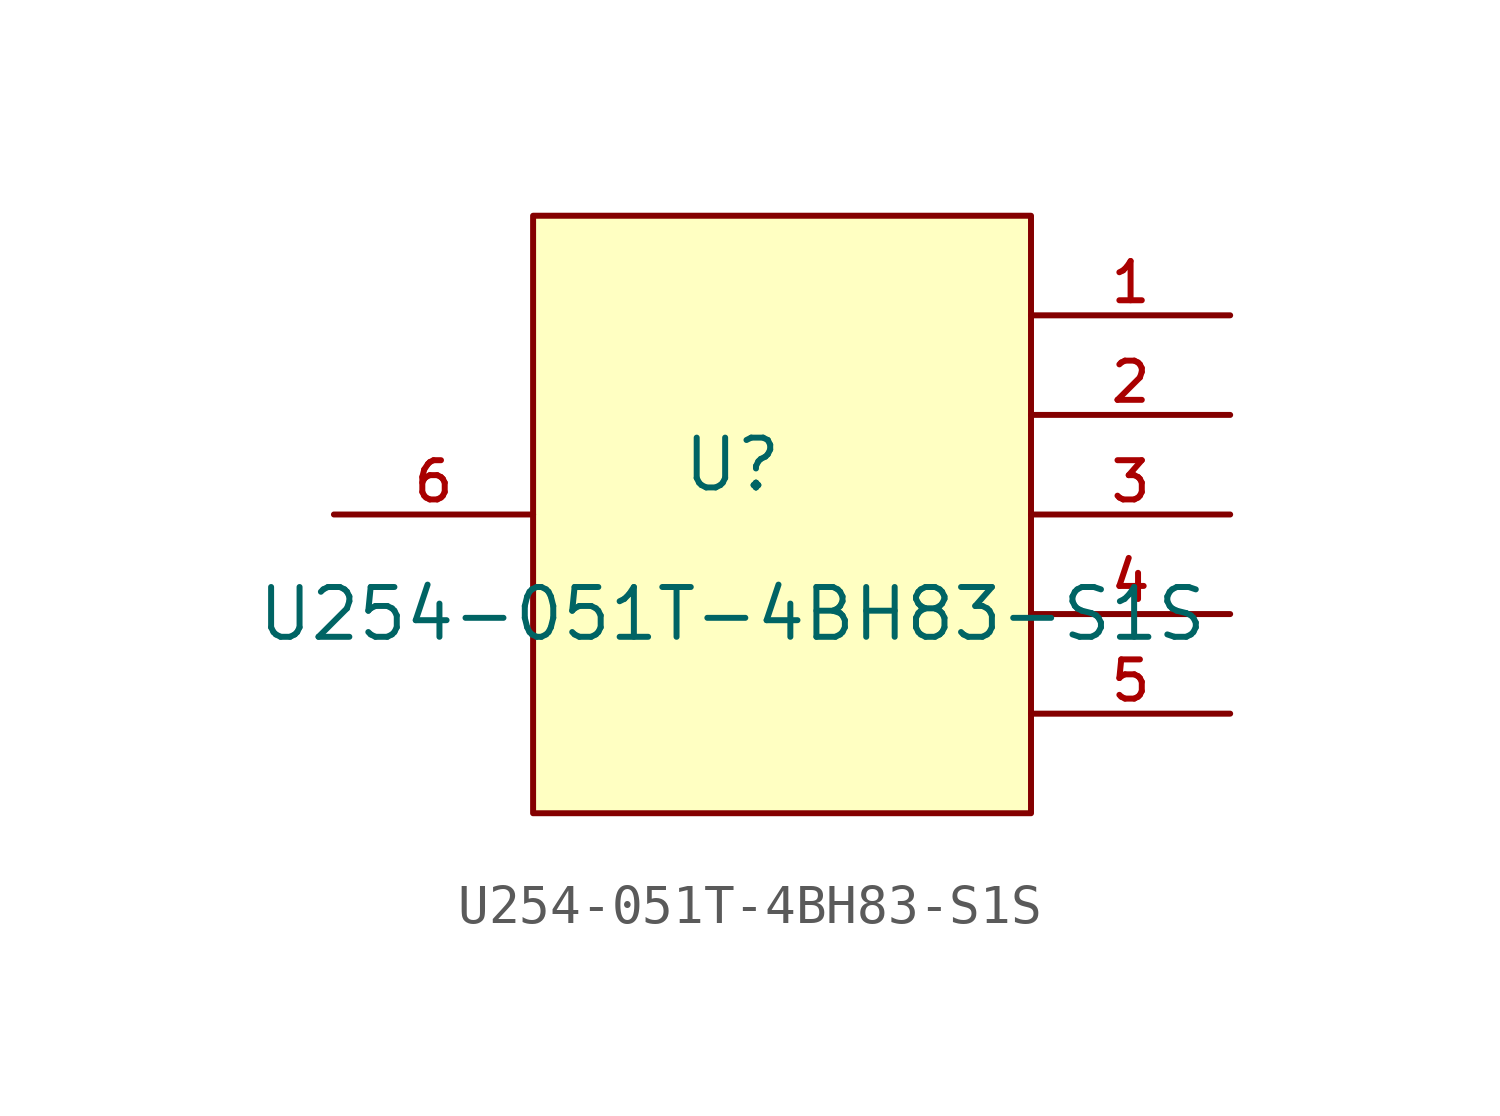
<source format=kicad_sym>
(kicad_symbol_lib
  (version 20210201)
  (generator TousstNicolas/JLC2KiCad_lib)
  (symbol "U254-051T-4BH83-S1S"
    (pin_names hide)
    (property "Reference" "U"
      (at 0 1.27 0)
      (effects (font (size 1.27 1.27))))
    (property "Value" "U254-051T-4BH83-S1S"
      (at 0 -2.54 0)
      (effects (font (size 1.27 1.27))))
    (symbol "U254-051T-4BH83-S1S_0_1"
      (pin input line (at -10.16 -0.0 0) (length 5.08) (name "EH" (effects (font (size 1 1)))) (number "6" (effects (font (size 1 1)))))
      (pin input line (at 12.7 -2.54 180) (length 5.08) (name "ID" (effects (font (size 1 1)))) (number "4" (effects (font (size 1 1)))))
      (pin input line (at 12.7 -0.0 180) (length 5.08) (name "D+" (effects (font (size 1 1)))) (number "3" (effects (font (size 1 1)))))
      (pin input line (at 12.7 2.54 180) (length 5.08) (name "D-" (effects (font (size 1 1)))) (number "2" (effects (font (size 1 1)))))
      (pin input line (at 12.7 5.08 180) (length 5.08) (name "VBUS" (effects (font (size 1 1)))) (number "1" (effects (font (size 1 1)))))
      (pin input line (at 12.7 -5.08 180) (length 5.08) (name "GND" (effects (font (size 1 1)))) (number "5" (effects (font (size 1 1)))))
      (rectangle (start -5.08 7.62) (end 7.62 -7.62) (stroke (width 0) (type default) (color 0 0 0 0)) (fill (type background))))))
</source>
